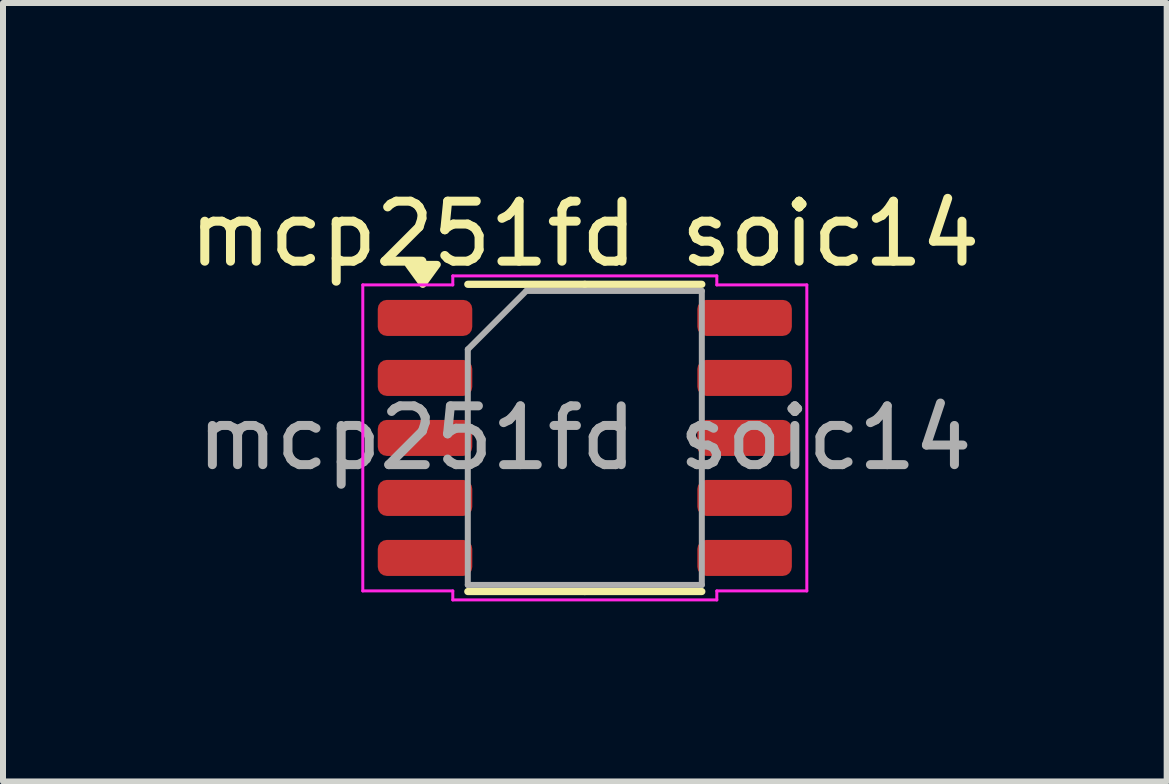
<source format=kicad_pcb>
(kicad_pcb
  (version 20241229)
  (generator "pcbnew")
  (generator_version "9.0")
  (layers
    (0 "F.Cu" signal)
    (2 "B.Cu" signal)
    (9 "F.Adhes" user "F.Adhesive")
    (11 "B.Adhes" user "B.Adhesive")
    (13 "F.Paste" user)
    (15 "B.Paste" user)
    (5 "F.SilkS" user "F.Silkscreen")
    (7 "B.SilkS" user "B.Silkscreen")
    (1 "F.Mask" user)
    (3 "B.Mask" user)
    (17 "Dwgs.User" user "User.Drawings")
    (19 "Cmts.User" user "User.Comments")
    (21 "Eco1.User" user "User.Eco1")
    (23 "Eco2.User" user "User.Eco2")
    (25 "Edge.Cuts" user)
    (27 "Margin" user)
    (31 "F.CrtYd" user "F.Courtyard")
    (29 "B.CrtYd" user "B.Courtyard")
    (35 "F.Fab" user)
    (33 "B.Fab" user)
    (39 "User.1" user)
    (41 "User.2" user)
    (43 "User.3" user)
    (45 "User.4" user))
  (footprint "mcp251fd soic14"
    (layer "F.Cu")
    (at 6.696 4.248)
    (property "Reference" "mcp251fd soic14" (at 0 -3.4 0) (layer "F.SilkS") (effects (font (size 1 1) (thickness 0.15))))
    (attr smd)
    (fp_line (start 0 -2.56) (end -1.95 -2.56) (stroke (width 0.12) (type solid)) (layer "F.SilkS"))
    (fp_line (start 0 -2.56) (end 1.95 -2.56) (stroke (width 0.12) (type solid)) (layer "F.SilkS"))
    (fp_line (start 0 2.56) (end -1.95 2.56) (stroke (width 0.12) (type solid)) (layer "F.SilkS"))
    (fp_line (start 0 2.56) (end 1.95 2.56) (stroke (width 0.12) (type solid)) (layer "F.SilkS"))
    (fp_poly (pts (xy -2.7 -2.56) (xy -2.94 -2.89) (xy -2.46 -2.89)) (stroke (width 0.12) (type solid)) (fill yes) (layer "F.SilkS"))
    (fp_line (start -3.7 -2.55) (end -2.2 -2.55) (stroke (width 0.05) (type solid)) (layer "F.CrtYd"))
    (fp_line (start -3.7 2.55) (end -3.7 -2.55) (stroke (width 0.05) (type solid)) (layer "F.CrtYd"))
    (fp_line (start -2.2 -2.7) (end 2.2 -2.7) (stroke (width 0.05) (type solid)) (layer "F.CrtYd"))
    (fp_line (start -2.2 -2.55) (end -2.2 -2.7) (stroke (width 0.05) (type solid)) (layer "F.CrtYd"))
    (fp_line (start -2.2 2.55) (end -3.7 2.55) (stroke (width 0.05) (type solid)) (layer "F.CrtYd"))
    (fp_line (start -2.2 2.7) (end -2.2 2.55) (stroke (width 0.05) (type solid)) (layer "F.CrtYd"))
    (fp_line (start 2.2 -2.7) (end 2.2 -2.55) (stroke (width 0.05) (type solid)) (layer "F.CrtYd"))
    (fp_line (start 2.2 -2.55) (end 3.7 -2.55) (stroke (width 0.05) (type solid)) (layer "F.CrtYd"))
    (fp_line (start 2.2 2.55) (end 2.2 2.7) (stroke (width 0.05) (type solid)) (layer "F.CrtYd"))
    (fp_line (start 2.2 2.7) (end -2.2 2.7) (stroke (width 0.05) (type solid)) (layer "F.CrtYd"))
    (fp_line (start 3.7 -2.55) (end 3.7 2.55) (stroke (width 0.05) (type solid)) (layer "F.CrtYd"))
    (fp_line (start 3.7 2.55) (end 2.2 2.55) (stroke (width 0.05) (type solid)) (layer "F.CrtYd"))
    (fp_line (start -1.95 -1.475) (end -0.975 -2.45) (stroke (width 0.1) (type solid)) (layer "F.Fab"))
    (fp_line (start -1.95 2.45) (end -1.95 -1.475) (stroke (width 0.1) (type solid)) (layer "F.Fab"))
    (fp_line (start -0.975 -2.45) (end 1.95 -2.45) (stroke (width 0.1) (type solid)) (layer "F.Fab"))
    (fp_line (start 1.95 -2.45) (end 1.95 2.45) (stroke (width 0.1) (type solid)) (layer "F.Fab"))
    (fp_line (start 1.95 2.45) (end -1.95 2.45) (stroke (width 0.1) (type solid)) (layer "F.Fab"))
    (fp_text user "${REFERENCE}" (at 0 0 0) (layer "F.Fab") (effects (font (size 0.98 0.98) (thickness 0.15))))
    (pad "1" smd roundrect (at -2.663 -2) (size 1.575 0.6) (layers "F.Cu" "F.Mask" "F.Paste") (roundrect_rratio 0.25))
    (pad "2" smd roundrect (at -2.663 -1) (size 1.575 0.6) (layers "F.Cu" "F.Mask" "F.Paste") (roundrect_rratio 0.25))
    (pad "3" smd roundrect (at -2.663 0) (size 1.575 0.6) (layers "F.Cu" "F.Mask" "F.Paste") (roundrect_rratio 0.25))
    (pad "4" smd roundrect (at -2.663 1) (size 1.575 0.6) (layers "F.Cu" "F.Mask" "F.Paste") (roundrect_rratio 0.25))
    (pad "5" smd roundrect (at -2.663 2) (size 1.575 0.6) (layers "F.Cu" "F.Mask" "F.Paste") (roundrect_rratio 0.25))
    (pad "6" smd roundrect (at 2.663 2) (size 1.575 0.6) (layers "F.Cu" "F.Mask" "F.Paste") (roundrect_rratio 0.25))
    (pad "7" smd roundrect (at 2.663 1) (size 1.575 0.6) (layers "F.Cu" "F.Mask" "F.Paste") (roundrect_rratio 0.25))
    (pad "8" smd roundrect (at 2.663 0) (size 1.575 0.6) (layers "F.Cu" "F.Mask" "F.Paste") (roundrect_rratio 0.25))
    (pad "9" smd roundrect (at 2.663 -1) (size 1.575 0.6) (layers "F.Cu" "F.Mask" "F.Paste") (roundrect_rratio 0.25))
    (pad "10" smd roundrect (at 2.663 -2) (size 1.575 0.6) (layers "F.Cu" "F.Mask" "F.Paste") (roundrect_rratio 0.25)))
  (gr_rect
    (start -3 -3)
    (end 16.393 9.973)
    (stroke (width 0.1) (type default))
    (fill no)
    (layer "Edge.Cuts")))
</source>
